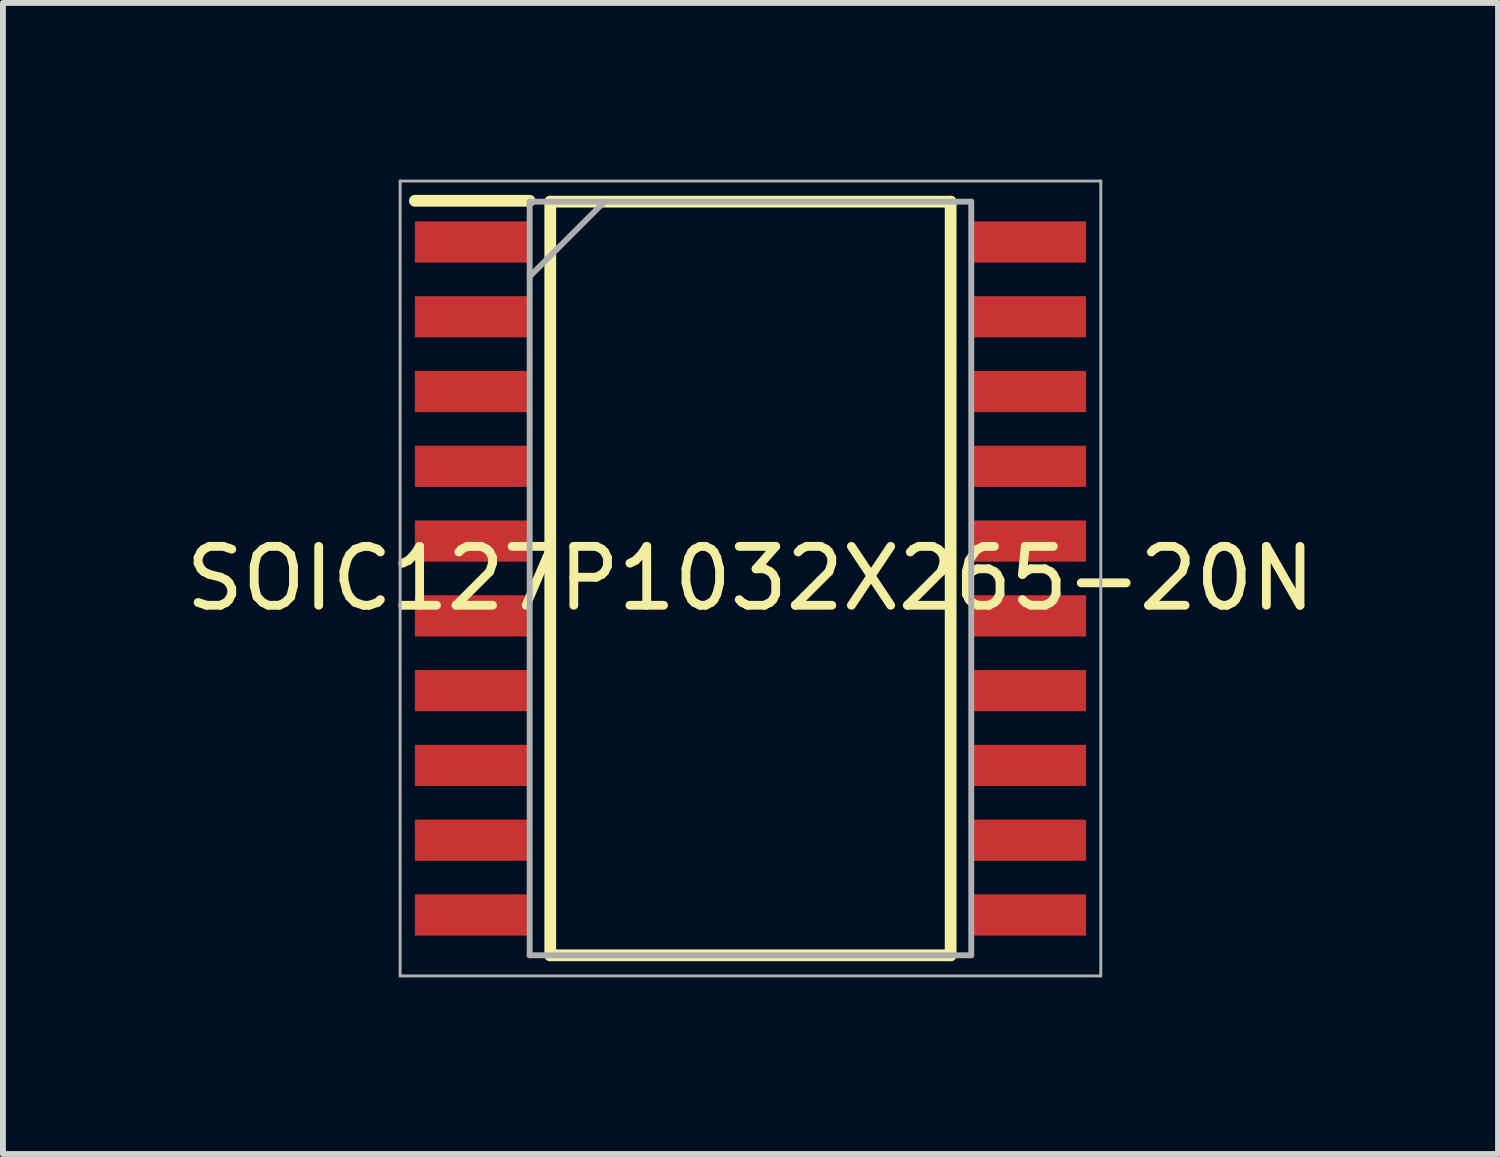
<source format=kicad_pcb>
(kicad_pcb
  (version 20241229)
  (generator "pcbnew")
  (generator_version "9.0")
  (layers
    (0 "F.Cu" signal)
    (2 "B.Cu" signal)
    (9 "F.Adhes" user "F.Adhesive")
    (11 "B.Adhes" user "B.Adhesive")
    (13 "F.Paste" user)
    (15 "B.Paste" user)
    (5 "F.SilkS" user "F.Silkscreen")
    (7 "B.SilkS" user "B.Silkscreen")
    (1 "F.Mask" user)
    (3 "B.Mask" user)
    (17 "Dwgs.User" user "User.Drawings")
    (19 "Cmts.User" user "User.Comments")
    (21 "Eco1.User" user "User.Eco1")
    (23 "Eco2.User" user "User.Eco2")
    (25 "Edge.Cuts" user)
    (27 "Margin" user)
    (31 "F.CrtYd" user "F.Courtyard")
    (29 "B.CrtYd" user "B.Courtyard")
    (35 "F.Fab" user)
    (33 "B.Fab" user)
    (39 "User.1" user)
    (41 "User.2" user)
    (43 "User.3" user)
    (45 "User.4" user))
  (footprint "SOIC127P1032X265-20N"
    (layer "F.Cu")
    (at 9.696 6.775)
    (property "Reference" "SOIC127P1032X265-20N" (at 0 0 0) (layer "F.SilkS") (effects (font (size 1 1) (thickness 0.15))))
    (attr smd)
    (fp_line (start -5.7 -6.415) (end -3.75 -6.415) (stroke (width 0.2) (type solid)) (layer "F.SilkS"))
    (fp_line (start -3.4 -6.4) (end 3.4 -6.4) (stroke (width 0.2) (type solid)) (layer "F.SilkS"))
    (fp_line (start -3.4 6.4) (end -3.4 -6.4) (stroke (width 0.2) (type solid)) (layer "F.SilkS"))
    (fp_line (start 3.4 -6.4) (end 3.4 6.4) (stroke (width 0.2) (type solid)) (layer "F.SilkS"))
    (fp_line (start 3.4 6.4) (end -3.4 6.4) (stroke (width 0.2) (type solid)) (layer "F.SilkS"))
    (fp_line (start -5.95 -6.75) (end 5.95 -6.75) (stroke (width 0.05) (type solid)) (layer "F.Fab"))
    (fp_line (start -5.95 6.75) (end -5.95 -6.75) (stroke (width 0.05) (type solid)) (layer "F.Fab"))
    (fp_line (start -3.75 -6.4) (end 3.75 -6.4) (stroke (width 0.1) (type solid)) (layer "F.Fab"))
    (fp_line (start -3.75 -5.13) (end -2.48 -6.4) (stroke (width 0.1) (type solid)) (layer "F.Fab"))
    (fp_line (start -3.75 6.4) (end -3.75 -6.4) (stroke (width 0.1) (type solid)) (layer "F.Fab"))
    (fp_line (start 3.75 -6.4) (end 3.75 6.4) (stroke (width 0.1) (type solid)) (layer "F.Fab"))
    (fp_line (start 3.75 6.4) (end -3.75 6.4) (stroke (width 0.1) (type solid)) (layer "F.Fab"))
    (fp_line (start 5.95 -6.75) (end 5.95 6.75) (stroke (width 0.05) (type solid)) (layer "F.Fab"))
    (fp_line (start 5.95 6.75) (end -5.95 6.75) (stroke (width 0.05) (type solid)) (layer "F.Fab"))
    (pad "1" smd rect (at -4.725 -5.715) (size 1.95 0.7) (layers "F.Cu" "F.Mask" "F.Paste"))
    (pad "2" smd rect (at -4.725 -4.445) (size 1.95 0.7) (layers "F.Cu" "F.Mask" "F.Paste"))
    (pad "3" smd rect (at -4.725 -3.175) (size 1.95 0.7) (layers "F.Cu" "F.Mask" "F.Paste"))
    (pad "4" smd rect (at -4.725 -1.905) (size 1.95 0.7) (layers "F.Cu" "F.Mask" "F.Paste"))
    (pad "5" smd rect (at -4.725 -0.635) (size 1.95 0.7) (layers "F.Cu" "F.Mask" "F.Paste"))
    (pad "6" smd rect (at -4.725 0.635) (size 1.95 0.7) (layers "F.Cu" "F.Mask" "F.Paste"))
    (pad "7" smd rect (at -4.725 1.905) (size 1.95 0.7) (layers "F.Cu" "F.Mask" "F.Paste"))
    (pad "8" smd rect (at -4.725 3.175) (size 1.95 0.7) (layers "F.Cu" "F.Mask" "F.Paste"))
    (pad "9" smd rect (at -4.725 4.445) (size 1.95 0.7) (layers "F.Cu" "F.Mask" "F.Paste"))
    (pad "10" smd rect (at -4.725 5.715) (size 1.95 0.7) (layers "F.Cu" "F.Mask" "F.Paste"))
    (pad "11" smd rect (at 4.725 5.715) (size 1.95 0.7) (layers "F.Cu" "F.Mask" "F.Paste"))
    (pad "12" smd rect (at 4.725 4.445) (size 1.95 0.7) (layers "F.Cu" "F.Mask" "F.Paste"))
    (pad "13" smd rect (at 4.725 3.175) (size 1.95 0.7) (layers "F.Cu" "F.Mask" "F.Paste"))
    (pad "14" smd rect (at 4.725 1.905) (size 1.95 0.7) (layers "F.Cu" "F.Mask" "F.Paste"))
    (pad "15" smd rect (at 4.725 0.635) (size 1.95 0.7) (layers "F.Cu" "F.Mask" "F.Paste"))
    (pad "16" smd rect (at 4.725 -0.635) (size 1.95 0.7) (layers "F.Cu" "F.Mask" "F.Paste"))
    (pad "17" smd rect (at 4.725 -1.905) (size 1.95 0.7) (layers "F.Cu" "F.Mask" "F.Paste"))
    (pad "18" smd rect (at 4.725 -3.175) (size 1.95 0.7) (layers "F.Cu" "F.Mask" "F.Paste"))
    (pad "19" smd rect (at 4.725 -4.445) (size 1.95 0.7) (layers "F.Cu" "F.Mask" "F.Paste"))
    (pad "20" smd rect (at 4.725 -5.715) (size 1.95 0.7) (layers "F.Cu" "F.Mask" "F.Paste")))
  (gr_rect
    (start -3 -3)
    (end 22.393 16.55)
    (stroke (width 0.1) (type default))
    (fill no)
    (layer "Edge.Cuts")))
</source>
